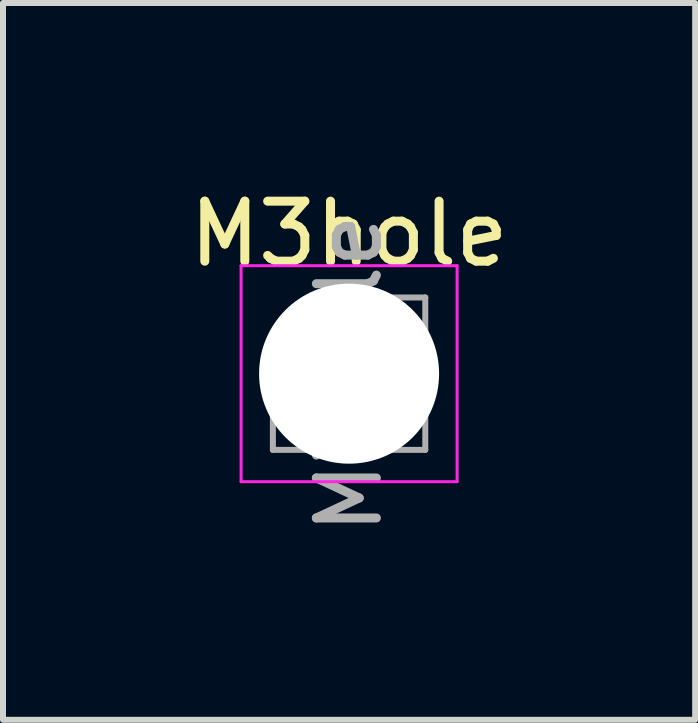
<source format=kicad_pcb>
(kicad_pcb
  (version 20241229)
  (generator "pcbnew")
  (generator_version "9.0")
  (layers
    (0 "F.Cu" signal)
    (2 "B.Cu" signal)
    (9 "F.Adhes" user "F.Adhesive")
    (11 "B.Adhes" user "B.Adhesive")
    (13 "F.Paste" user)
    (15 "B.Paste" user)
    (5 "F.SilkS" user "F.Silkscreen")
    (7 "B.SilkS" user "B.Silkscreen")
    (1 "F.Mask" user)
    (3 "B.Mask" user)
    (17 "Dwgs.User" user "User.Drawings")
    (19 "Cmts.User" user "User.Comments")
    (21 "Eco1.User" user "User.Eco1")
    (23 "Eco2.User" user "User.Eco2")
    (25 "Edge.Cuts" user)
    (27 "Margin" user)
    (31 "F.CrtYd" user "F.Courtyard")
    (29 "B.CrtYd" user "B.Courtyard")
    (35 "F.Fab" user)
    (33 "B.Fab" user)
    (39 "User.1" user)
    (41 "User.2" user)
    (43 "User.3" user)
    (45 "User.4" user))
  (footprint "M3hole"
    (layer "F.Cu")
    (at 2.768 3.178)
    (property "Reference" "M3hole" (at 0 -2.33 0) (layer "F.SilkS") (effects (font (size 1 1) (thickness 0.15))))
    (attr through_hole)
    (fp_line (start -1.8 -1.8) (end -1.8 1.8) (stroke (width 0.05) (type solid)) (layer "F.CrtYd"))
    (fp_line (start -1.8 1.8) (end 1.8 1.8) (stroke (width 0.05) (type solid)) (layer "F.CrtYd"))
    (fp_line (start 1.8 -1.8) (end -1.8 -1.8) (stroke (width 0.05) (type solid)) (layer "F.CrtYd"))
    (fp_line (start 1.8 1.8) (end 1.8 -1.8) (stroke (width 0.05) (type solid)) (layer "F.CrtYd"))
    (fp_line (start -1.27 -0.635) (end -0.635 -1.27) (stroke (width 0.1) (type solid)) (layer "F.Fab"))
    (fp_line (start -1.27 1.27) (end -1.27 -0.635) (stroke (width 0.1) (type solid)) (layer "F.Fab"))
    (fp_line (start -0.635 -1.27) (end 1.27 -1.27) (stroke (width 0.1) (type solid)) (layer "F.Fab"))
    (fp_line (start 1.27 -1.27) (end 1.27 1.27) (stroke (width 0.1) (type solid)) (layer "F.Fab"))
    (fp_line (start 1.27 1.27) (end -1.27 1.27) (stroke (width 0.1) (type solid)) (layer "F.Fab"))
    (fp_text user "${REFERENCE}" (at 0 0 90) (layer "F.Fab") (effects (font (size 1 1) (thickness 0.15))))
    (pad "" np_thru_hole circle (at 0 0) (size 3 3) (drill 3) (layers "*.Cu" "*.Mask")))
  (gr_rect
    (start -3 -3)
    (end 8.536 8.946)
    (stroke (width 0.1) (type default))
    (fill no)
    (layer "Edge.Cuts")))
</source>
